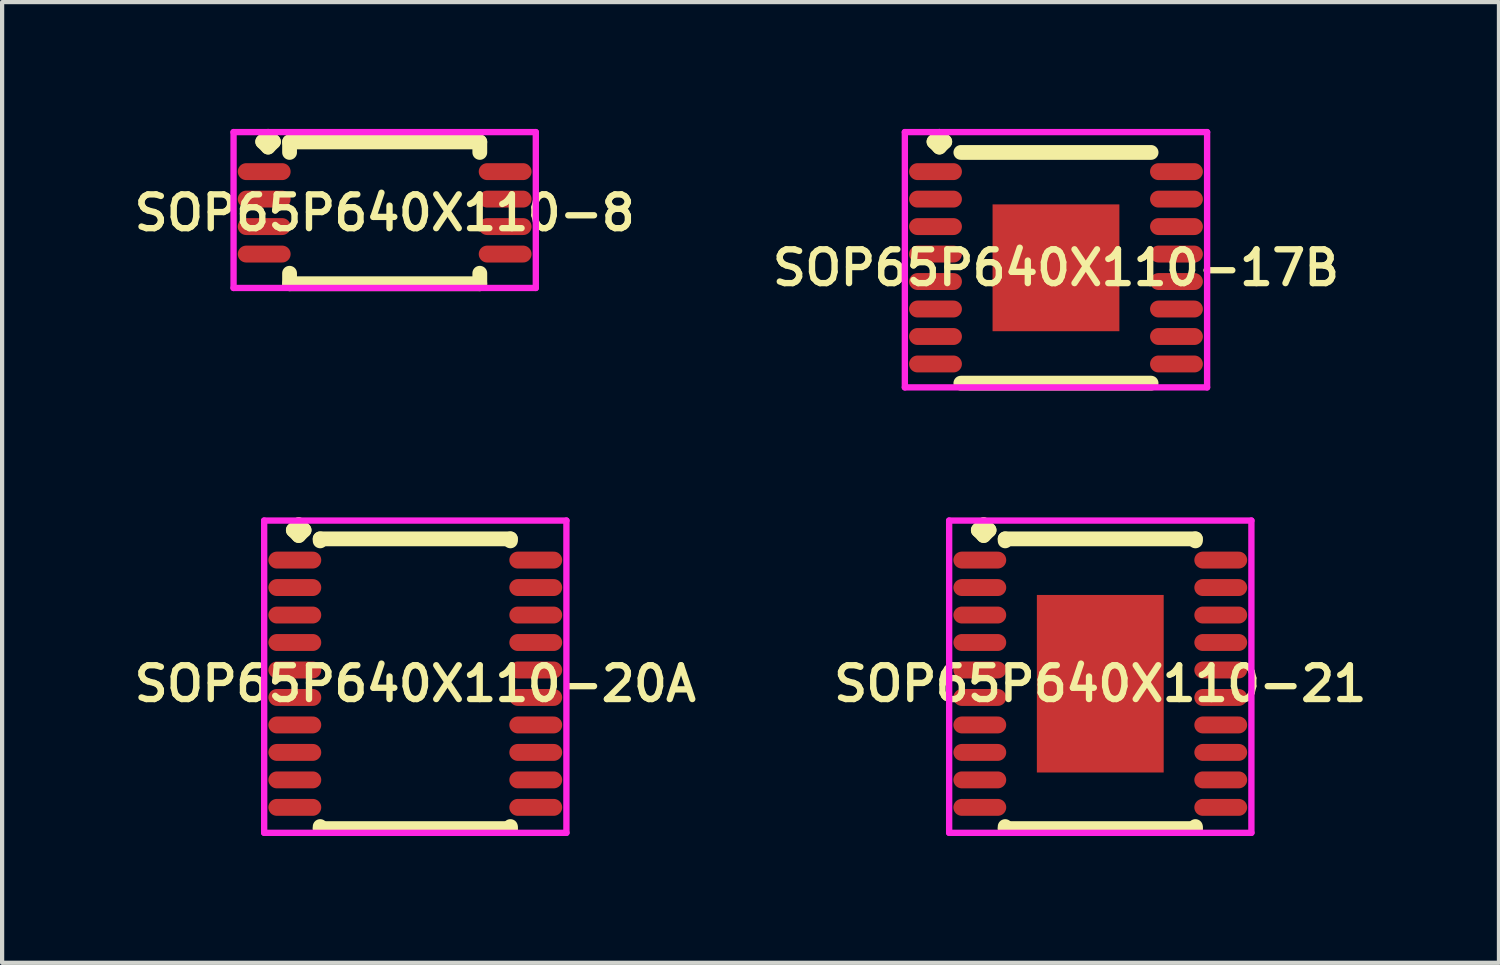
<source format=kicad_pcb>
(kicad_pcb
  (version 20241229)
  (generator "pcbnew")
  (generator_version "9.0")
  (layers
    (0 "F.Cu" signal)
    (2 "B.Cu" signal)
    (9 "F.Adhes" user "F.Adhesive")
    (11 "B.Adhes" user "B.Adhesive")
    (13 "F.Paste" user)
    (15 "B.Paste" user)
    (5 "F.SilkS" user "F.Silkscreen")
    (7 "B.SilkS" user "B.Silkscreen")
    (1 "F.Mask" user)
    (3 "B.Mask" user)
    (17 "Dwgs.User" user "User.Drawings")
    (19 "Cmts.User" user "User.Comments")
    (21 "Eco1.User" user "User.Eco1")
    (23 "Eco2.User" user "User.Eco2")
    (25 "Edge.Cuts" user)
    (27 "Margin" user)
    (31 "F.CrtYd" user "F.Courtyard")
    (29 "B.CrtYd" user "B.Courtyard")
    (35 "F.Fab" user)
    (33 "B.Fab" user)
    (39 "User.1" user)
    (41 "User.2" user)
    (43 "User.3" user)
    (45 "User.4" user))
  (footprint "SOP65P640X110-17B"
    (layer "F.Cu")
    (at 21.93 3.285)
    (property "Reference" "SOP65P640X110-17B" (at 0 0 0) (layer "F.SilkS") (effects (font (size 0.8 0.8) (thickness 0.15))))
    (attr through_hole)
    (fp_line (start -2.885 -2.983) (end -2.758 -3.11) (stroke (width 0.35) (type solid)) (layer "F.SilkS"))
    (fp_line (start -2.758 -3.11) (end -2.631 -2.983) (stroke (width 0.35) (type solid)) (layer "F.SilkS"))
    (fp_line (start -2.758 -2.856) (end -2.885 -2.983) (stroke (width 0.35) (type solid)) (layer "F.SilkS"))
    (fp_line (start -2.631 -2.983) (end -2.758 -2.856) (stroke (width 0.35) (type solid)) (layer "F.SilkS"))
    (fp_line (start -2.25 -2.729) (end 2.25 -2.729) (stroke (width 0.35) (type solid)) (layer "F.SilkS"))
    (fp_line (start -2.25 2.729) (end 2.25 2.729) (stroke (width 0.35) (type solid)) (layer "F.SilkS"))
    (fp_line (start -3.575 -3.21) (end 3.575 -3.21) (stroke (width 0.15) (type solid)) (layer "F.CrtYd"))
    (fp_line (start -3.575 2.829) (end -3.575 -3.21) (stroke (width 0.15) (type solid)) (layer "F.CrtYd"))
    (fp_line (start 3.575 -3.21) (end 3.575 2.829) (stroke (width 0.15) (type solid)) (layer "F.CrtYd"))
    (fp_line (start 3.575 2.829) (end -3.575 2.829) (stroke (width 0.15) (type solid)) (layer "F.CrtYd"))
    (pad "1" smd oval (at -2.85 -2.275) (size 1.25 0.4) (layers "F.Cu" "F.Mask" "F.Paste"))
    (pad "2" smd oval (at -2.85 -1.625) (size 1.25 0.4) (layers "F.Cu" "F.Mask" "F.Paste"))
    (pad "3" smd oval (at -2.85 -0.975) (size 1.25 0.4) (layers "F.Cu" "F.Mask" "F.Paste"))
    (pad "4" smd oval (at -2.85 -0.325) (size 1.25 0.4) (layers "F.Cu" "F.Mask" "F.Paste"))
    (pad "5" smd oval (at -2.85 0.325) (size 1.25 0.4) (layers "F.Cu" "F.Mask" "F.Paste"))
    (pad "6" smd oval (at -2.85 0.975) (size 1.25 0.4) (layers "F.Cu" "F.Mask" "F.Paste"))
    (pad "7" smd oval (at -2.85 1.625) (size 1.25 0.4) (layers "F.Cu" "F.Mask" "F.Paste"))
    (pad "8" smd oval (at -2.85 2.275) (size 1.25 0.4) (layers "F.Cu" "F.Mask" "F.Paste"))
    (pad "9" smd oval (at 2.85 2.275) (size 1.25 0.4) (layers "F.Cu" "F.Mask" "F.Paste"))
    (pad "10" smd oval (at 2.85 1.625) (size 1.25 0.4) (layers "F.Cu" "F.Mask" "F.Paste"))
    (pad "11" smd oval (at 2.85 0.975) (size 1.25 0.4) (layers "F.Cu" "F.Mask" "F.Paste"))
    (pad "12" smd oval (at 2.85 0.325) (size 1.25 0.4) (layers "F.Cu" "F.Mask" "F.Paste"))
    (pad "13" smd oval (at 2.85 -0.325) (size 1.25 0.4) (layers "F.Cu" "F.Mask" "F.Paste"))
    (pad "14" smd oval (at 2.85 -0.975) (size 1.25 0.4) (layers "F.Cu" "F.Mask" "F.Paste"))
    (pad "15" smd oval (at 2.85 -1.625) (size 1.25 0.4) (layers "F.Cu" "F.Mask" "F.Paste"))
    (pad "16" smd oval (at 2.85 -2.275) (size 1.25 0.4) (layers "F.Cu" "F.Mask" "F.Paste"))
    (pad "17" smd rect (at 0 0) (size 3 3) (layers "F.Cu" "F.Mask" "F.Paste")))
  (footprint "SOP65P640X110-20A"
    (layer "F.Cu")
    (at 6.774 13.124)
    (property "Reference" "SOP65P640X110-20A" (at 0 0 0) (layer "F.SilkS") (effects (font (size 0.8 0.8) (thickness 0.15))))
    (attr through_hole)
    (fp_line (start -2.885 -3.633) (end -2.758 -3.76) (stroke (width 0.35) (type solid)) (layer "F.SilkS"))
    (fp_line (start -2.758 -3.76) (end -2.631 -3.633) (stroke (width 0.35) (type solid)) (layer "F.SilkS"))
    (fp_line (start -2.758 -3.506) (end -2.885 -3.633) (stroke (width 0.35) (type solid)) (layer "F.SilkS"))
    (fp_line (start -2.631 -3.633) (end -2.758 -3.506) (stroke (width 0.35) (type solid)) (layer "F.SilkS"))
    (fp_line (start -2.25 -3.427) (end 2.25 -3.427) (stroke (width 0.35) (type solid)) (layer "F.SilkS"))
    (fp_line (start -2.25 -3.379) (end -2.25 -3.427) (stroke (width 0.35) (type solid)) (layer "F.SilkS"))
    (fp_line (start -2.25 3.379) (end -2.25 3.427) (stroke (width 0.35) (type solid)) (layer "F.SilkS"))
    (fp_line (start -2.25 3.427) (end 2.25 3.427) (stroke (width 0.35) (type solid)) (layer "F.SilkS"))
    (fp_line (start 2.25 -3.427) (end 2.25 -3.379) (stroke (width 0.35) (type solid)) (layer "F.SilkS"))
    (fp_line (start 2.25 3.427) (end 2.25 3.379) (stroke (width 0.35) (type solid)) (layer "F.SilkS"))
    (fp_line (start -3.575 -3.86) (end 3.575 -3.86) (stroke (width 0.15) (type solid)) (layer "F.CrtYd"))
    (fp_line (start -3.575 3.527) (end -3.575 -3.86) (stroke (width 0.15) (type solid)) (layer "F.CrtYd"))
    (fp_line (start 3.575 -3.86) (end 3.575 3.527) (stroke (width 0.15) (type solid)) (layer "F.CrtYd"))
    (fp_line (start 3.575 3.527) (end -3.575 3.527) (stroke (width 0.15) (type solid)) (layer "F.CrtYd"))
    (pad "1" smd oval (at -2.85 -2.925) (size 1.25 0.4) (layers "F.Cu" "F.Mask" "F.Paste"))
    (pad "2" smd oval (at -2.85 -2.275) (size 1.25 0.4) (layers "F.Cu" "F.Mask" "F.Paste"))
    (pad "3" smd oval (at -2.85 -1.625) (size 1.25 0.4) (layers "F.Cu" "F.Mask" "F.Paste"))
    (pad "4" smd oval (at -2.85 -0.975) (size 1.25 0.4) (layers "F.Cu" "F.Mask" "F.Paste"))
    (pad "5" smd oval (at -2.85 -0.325) (size 1.25 0.4) (layers "F.Cu" "F.Mask" "F.Paste"))
    (pad "6" smd oval (at -2.85 0.325) (size 1.25 0.4) (layers "F.Cu" "F.Mask" "F.Paste"))
    (pad "7" smd oval (at -2.85 0.975) (size 1.25 0.4) (layers "F.Cu" "F.Mask" "F.Paste"))
    (pad "8" smd oval (at -2.85 1.625) (size 1.25 0.4) (layers "F.Cu" "F.Mask" "F.Paste"))
    (pad "9" smd oval (at -2.85 2.275) (size 1.25 0.4) (layers "F.Cu" "F.Mask" "F.Paste"))
    (pad "10" smd oval (at -2.85 2.925) (size 1.25 0.4) (layers "F.Cu" "F.Mask" "F.Paste"))
    (pad "11" smd oval (at 2.85 2.925) (size 1.25 0.4) (layers "F.Cu" "F.Mask" "F.Paste"))
    (pad "12" smd oval (at 2.85 2.275) (size 1.25 0.4) (layers "F.Cu" "F.Mask" "F.Paste"))
    (pad "13" smd oval (at 2.85 1.625) (size 1.25 0.4) (layers "F.Cu" "F.Mask" "F.Paste"))
    (pad "14" smd oval (at 2.85 0.975) (size 1.25 0.4) (layers "F.Cu" "F.Mask" "F.Paste"))
    (pad "15" smd oval (at 2.85 0.325) (size 1.25 0.4) (layers "F.Cu" "F.Mask" "F.Paste"))
    (pad "16" smd oval (at 2.85 -0.325) (size 1.25 0.4) (layers "F.Cu" "F.Mask" "F.Paste"))
    (pad "17" smd oval (at 2.85 -0.975) (size 1.25 0.4) (layers "F.Cu" "F.Mask" "F.Paste"))
    (pad "18" smd oval (at 2.85 -1.625) (size 1.25 0.4) (layers "F.Cu" "F.Mask" "F.Paste"))
    (pad "19" smd oval (at 2.85 -2.275) (size 1.25 0.4) (layers "F.Cu" "F.Mask" "F.Paste"))
    (pad "20" smd oval (at 2.85 -2.925) (size 1.25 0.4) (layers "F.Cu" "F.Mask" "F.Paste")))
  (footprint "SOP65P640X110-21"
    (layer "F.Cu")
    (at 22.978 13.124)
    (property "Reference" "SOP65P640X110-21" (at 0 0 0) (layer "F.SilkS") (effects (font (size 0.8 0.8) (thickness 0.15))))
    (attr through_hole)
    (fp_line (start -2.885 -3.633) (end -2.758 -3.76) (stroke (width 0.35) (type solid)) (layer "F.SilkS"))
    (fp_line (start -2.758 -3.76) (end -2.631 -3.633) (stroke (width 0.35) (type solid)) (layer "F.SilkS"))
    (fp_line (start -2.758 -3.506) (end -2.885 -3.633) (stroke (width 0.35) (type solid)) (layer "F.SilkS"))
    (fp_line (start -2.631 -3.633) (end -2.758 -3.506) (stroke (width 0.35) (type solid)) (layer "F.SilkS"))
    (fp_line (start -2.25 -3.427) (end 2.25 -3.427) (stroke (width 0.35) (type solid)) (layer "F.SilkS"))
    (fp_line (start -2.25 -3.379) (end -2.25 -3.427) (stroke (width 0.35) (type solid)) (layer "F.SilkS"))
    (fp_line (start -2.25 3.379) (end -2.25 3.427) (stroke (width 0.35) (type solid)) (layer "F.SilkS"))
    (fp_line (start -2.25 3.427) (end 2.25 3.427) (stroke (width 0.35) (type solid)) (layer "F.SilkS"))
    (fp_line (start 2.25 -3.427) (end 2.25 -3.379) (stroke (width 0.35) (type solid)) (layer "F.SilkS"))
    (fp_line (start 2.25 3.427) (end 2.25 3.379) (stroke (width 0.35) (type solid)) (layer "F.SilkS"))
    (fp_line (start -3.575 -3.86) (end 3.575 -3.86) (stroke (width 0.15) (type solid)) (layer "F.CrtYd"))
    (fp_line (start -3.575 3.527) (end -3.575 -3.86) (stroke (width 0.15) (type solid)) (layer "F.CrtYd"))
    (fp_line (start 3.575 -3.86) (end 3.575 3.527) (stroke (width 0.15) (type solid)) (layer "F.CrtYd"))
    (fp_line (start 3.575 3.527) (end -3.575 3.527) (stroke (width 0.15) (type solid)) (layer "F.CrtYd"))
    (pad "1" smd oval (at -2.85 -2.925) (size 1.25 0.4) (layers "F.Cu" "F.Mask" "F.Paste"))
    (pad "2" smd oval (at -2.85 -2.275) (size 1.25 0.4) (layers "F.Cu" "F.Mask" "F.Paste"))
    (pad "3" smd oval (at -2.85 -1.625) (size 1.25 0.4) (layers "F.Cu" "F.Mask" "F.Paste"))
    (pad "4" smd oval (at -2.85 -0.975) (size 1.25 0.4) (layers "F.Cu" "F.Mask" "F.Paste"))
    (pad "5" smd oval (at -2.85 -0.325) (size 1.25 0.4) (layers "F.Cu" "F.Mask" "F.Paste"))
    (pad "6" smd oval (at -2.85 0.325) (size 1.25 0.4) (layers "F.Cu" "F.Mask" "F.Paste"))
    (pad "7" smd oval (at -2.85 0.975) (size 1.25 0.4) (layers "F.Cu" "F.Mask" "F.Paste"))
    (pad "8" smd oval (at -2.85 1.625) (size 1.25 0.4) (layers "F.Cu" "F.Mask" "F.Paste"))
    (pad "9" smd oval (at -2.85 2.275) (size 1.25 0.4) (layers "F.Cu" "F.Mask" "F.Paste"))
    (pad "10" smd oval (at -2.85 2.925) (size 1.25 0.4) (layers "F.Cu" "F.Mask" "F.Paste"))
    (pad "11" smd oval (at 2.85 2.925) (size 1.25 0.4) (layers "F.Cu" "F.Mask" "F.Paste"))
    (pad "12" smd oval (at 2.85 2.275) (size 1.25 0.4) (layers "F.Cu" "F.Mask" "F.Paste"))
    (pad "13" smd oval (at 2.85 1.625) (size 1.25 0.4) (layers "F.Cu" "F.Mask" "F.Paste"))
    (pad "14" smd oval (at 2.85 0.975) (size 1.25 0.4) (layers "F.Cu" "F.Mask" "F.Paste"))
    (pad "15" smd oval (at 2.85 0.325) (size 1.25 0.4) (layers "F.Cu" "F.Mask" "F.Paste"))
    (pad "16" smd oval (at 2.85 -0.325) (size 1.25 0.4) (layers "F.Cu" "F.Mask" "F.Paste"))
    (pad "17" smd oval (at 2.85 -0.975) (size 1.25 0.4) (layers "F.Cu" "F.Mask" "F.Paste"))
    (pad "18" smd oval (at 2.85 -1.625) (size 1.25 0.4) (layers "F.Cu" "F.Mask" "F.Paste"))
    (pad "19" smd oval (at 2.85 -2.275) (size 1.25 0.4) (layers "F.Cu" "F.Mask" "F.Paste"))
    (pad "20" smd oval (at 2.85 -2.925) (size 1.25 0.4) (layers "F.Cu" "F.Mask" "F.Paste"))
    (pad "21" smd rect (at 0 0) (size 3 4.2) (layers "F.Cu" "F.Mask" "F.Paste")))
  (footprint "SOP65P640X110-8"
    (layer "F.Cu")
    (at 6.05 1.985)
    (property "Reference" "SOP65P640X110-8" (at 0 0 0) (layer "F.SilkS") (effects (font (size 0.8 0.8) (thickness 0.15))))
    (attr smd)
    (fp_line (start -2.885 -1.683) (end -2.758 -1.81) (stroke (width 0.35) (type solid)) (layer "F.SilkS"))
    (fp_line (start -2.758 -1.81) (end -2.631 -1.683) (stroke (width 0.35) (type solid)) (layer "F.SilkS"))
    (fp_line (start -2.758 -1.556) (end -2.885 -1.683) (stroke (width 0.35) (type solid)) (layer "F.SilkS"))
    (fp_line (start -2.631 -1.683) (end -2.758 -1.556) (stroke (width 0.35) (type solid)) (layer "F.SilkS"))
    (fp_line (start -2.25 -1.677) (end 2.25 -1.677) (stroke (width 0.35) (type solid)) (layer "F.SilkS"))
    (fp_line (start -2.25 -1.429) (end -2.25 -1.677) (stroke (width 0.35) (type solid)) (layer "F.SilkS"))
    (fp_line (start -2.25 1.429) (end -2.25 1.677) (stroke (width 0.35) (type solid)) (layer "F.SilkS"))
    (fp_line (start -2.25 1.677) (end 2.25 1.677) (stroke (width 0.35) (type solid)) (layer "F.SilkS"))
    (fp_line (start 2.25 -1.677) (end 2.25 -1.429) (stroke (width 0.35) (type solid)) (layer "F.SilkS"))
    (fp_line (start 2.25 1.677) (end 2.25 1.429) (stroke (width 0.35) (type solid)) (layer "F.SilkS"))
    (fp_line (start -3.575 -1.91) (end 3.575 -1.91) (stroke (width 0.15) (type solid)) (layer "F.CrtYd"))
    (fp_line (start -3.575 1.777) (end -3.575 -1.91) (stroke (width 0.15) (type solid)) (layer "F.CrtYd"))
    (fp_line (start 3.575 -1.91) (end 3.575 1.777) (stroke (width 0.15) (type solid)) (layer "F.CrtYd"))
    (fp_line (start 3.575 1.777) (end -3.575 1.777) (stroke (width 0.15) (type solid)) (layer "F.CrtYd"))
    (pad "1" smd oval (at -2.85 -0.975) (size 1.25 0.4) (layers "F.Cu" "F.Mask" "F.Paste"))
    (pad "2" smd oval (at -2.85 -0.325) (size 1.25 0.4) (layers "F.Cu" "F.Mask" "F.Paste"))
    (pad "3" smd oval (at -2.85 0.325) (size 1.25 0.4) (layers "F.Cu" "F.Mask" "F.Paste"))
    (pad "4" smd oval (at -2.85 0.975) (size 1.25 0.4) (layers "F.Cu" "F.Mask" "F.Paste"))
    (pad "5" smd oval (at 2.85 0.975) (size 1.25 0.4) (layers "F.Cu" "F.Mask" "F.Paste"))
    (pad "6" smd oval (at 2.85 0.325) (size 1.25 0.4) (layers "F.Cu" "F.Mask" "F.Paste"))
    (pad "7" smd oval (at 2.85 -0.325) (size 1.25 0.4) (layers "F.Cu" "F.Mask" "F.Paste"))
    (pad "8" smd oval (at 2.85 -0.975) (size 1.25 0.4) (layers "F.Cu" "F.Mask" "F.Paste")))
  (gr_rect
    (start -3 -3)
    (end 32.409 19.726)
    (stroke (width 0.1) (type default))
    (fill no)
    (layer "Edge.Cuts")))
</source>
